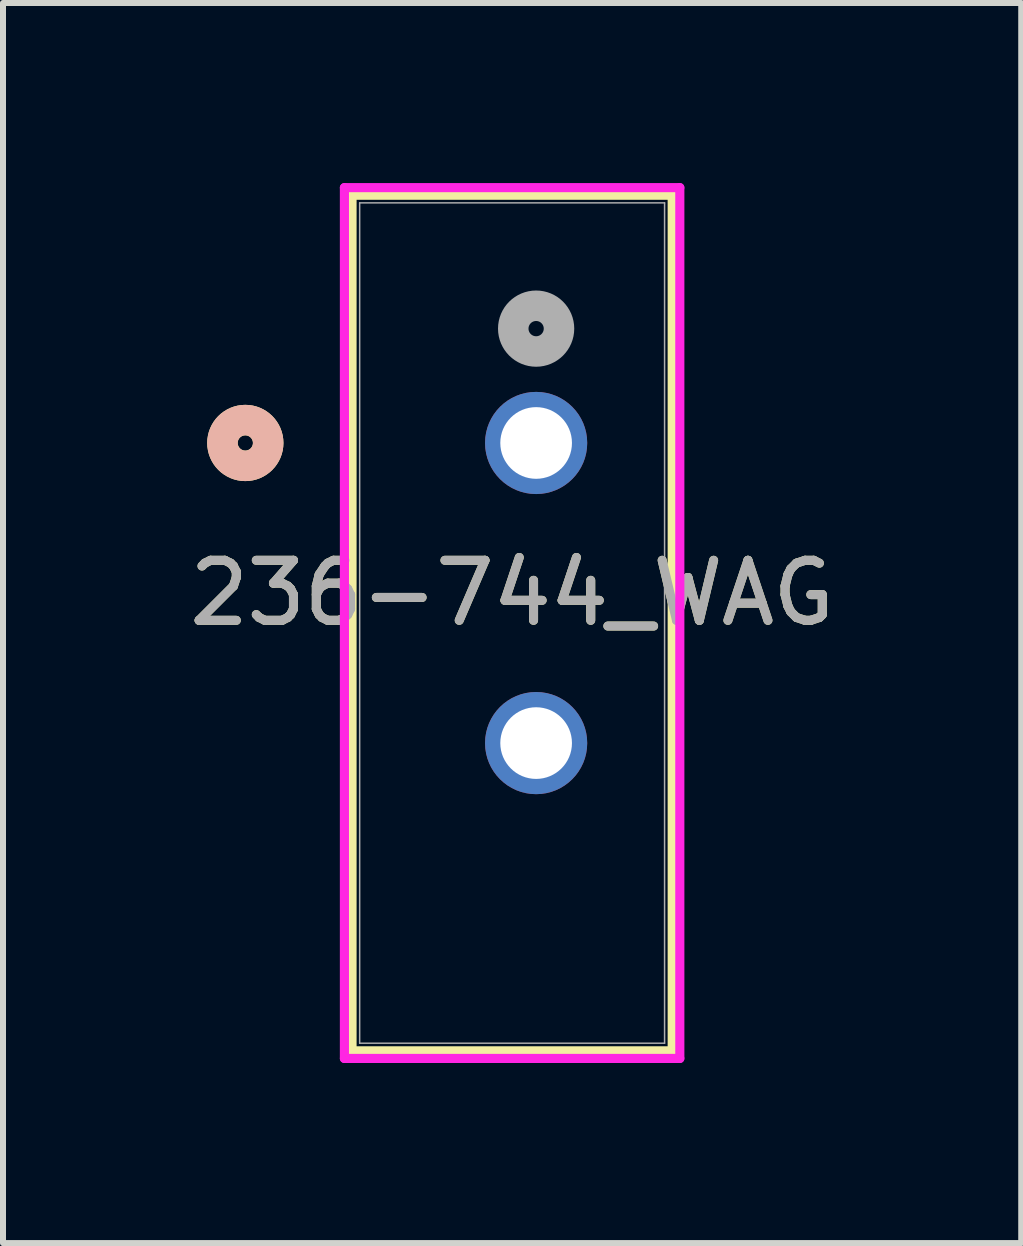
<source format=kicad_pcb>
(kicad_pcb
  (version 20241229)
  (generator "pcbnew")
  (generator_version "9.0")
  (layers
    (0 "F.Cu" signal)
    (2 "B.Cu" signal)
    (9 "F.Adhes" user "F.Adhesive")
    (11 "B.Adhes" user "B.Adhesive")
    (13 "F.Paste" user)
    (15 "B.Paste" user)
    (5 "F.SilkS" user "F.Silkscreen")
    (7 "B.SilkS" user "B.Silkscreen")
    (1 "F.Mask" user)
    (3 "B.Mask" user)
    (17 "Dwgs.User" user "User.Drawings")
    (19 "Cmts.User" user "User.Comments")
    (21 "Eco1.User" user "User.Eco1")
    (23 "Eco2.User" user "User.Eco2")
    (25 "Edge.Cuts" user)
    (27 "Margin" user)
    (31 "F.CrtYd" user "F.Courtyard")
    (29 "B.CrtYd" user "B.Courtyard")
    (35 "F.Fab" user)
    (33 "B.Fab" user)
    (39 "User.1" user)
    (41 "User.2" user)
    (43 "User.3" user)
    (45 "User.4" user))
  (footprint "236-744_WAG"
    (layer "F.Cu")
    (at 5.882 4.33)
    (property "Reference" "236-744_WAG" (at -0.4 2.5 0) (unlocked yes) (layer "F.SilkS") (effects (font (size 1 1) (thickness 0.15))))
    (attr through_hole)
    (fp_line (start -3.067 -4.127) (end -3.067 10.127) (stroke (width 0.152) (type solid)) (layer "F.SilkS"))
    (fp_line (start -3.067 10.127) (end 2.267 10.127) (stroke (width 0.152) (type solid)) (layer "F.SilkS"))
    (fp_line (start 2.267 -4.127) (end -3.067 -4.127) (stroke (width 0.152) (type solid)) (layer "F.SilkS"))
    (fp_line (start 2.267 10.127) (end 2.267 -4.127) (stroke (width 0.152) (type solid)) (layer "F.SilkS"))
    (fp_circle (center -4.845 0) (end -4.464 0) (stroke (width 0.508) (type solid)) (fill no) (layer "F.SilkS"))
    (fp_circle (center -4.845 0) (end -4.464 0) (stroke (width 0.508) (type solid)) (fill no) (layer "B.SilkS"))
    (fp_line (start -3.194 -4.254) (end -3.194 10.254) (stroke (width 0.152) (type solid)) (layer "F.CrtYd"))
    (fp_line (start -3.194 10.254) (end 2.394 10.254) (stroke (width 0.152) (type solid)) (layer "F.CrtYd"))
    (fp_line (start 2.394 -4.254) (end -3.194 -4.254) (stroke (width 0.152) (type solid)) (layer "F.CrtYd"))
    (fp_line (start 2.394 10.254) (end 2.394 -4.254) (stroke (width 0.152) (type solid)) (layer "F.CrtYd"))
    (fp_line (start -2.94 -4) (end -2.94 10) (stroke (width 0.025) (type solid)) (layer "F.Fab"))
    (fp_line (start -2.94 10) (end 2.14 10) (stroke (width 0.025) (type solid)) (layer "F.Fab"))
    (fp_line (start 2.14 -4) (end -2.94 -4) (stroke (width 0.025) (type solid)) (layer "F.Fab"))
    (fp_line (start 2.14 10) (end 2.14 -4) (stroke (width 0.025) (type solid)) (layer "F.Fab"))
    (fp_circle (center 0 -1.905) (end 0.381 -1.905) (stroke (width 0.508) (type solid)) (fill no) (layer "F.Fab"))
    (fp_text user "${REFERENCE}" (at -0.4 2.5 0) (unlocked yes) (layer "F.Fab") (effects (font (size 1 1) (thickness 0.15))))
    (pad "1" thru_hole circle (at -0.000001 0) (size 1.702 1.702) (drill 1.194) (layers "*.Cu" "*.Mask"))
    (pad "2" thru_hole circle (at -0.000001 5) (size 1.702 1.702) (drill 1.194) (layers "*.Cu" "*.Mask")))
  (gr_rect
    (start -3 -3)
    (end 13.964 17.66)
    (stroke (width 0.1) (type default))
    (fill no)
    (layer "Edge.Cuts")))
</source>
